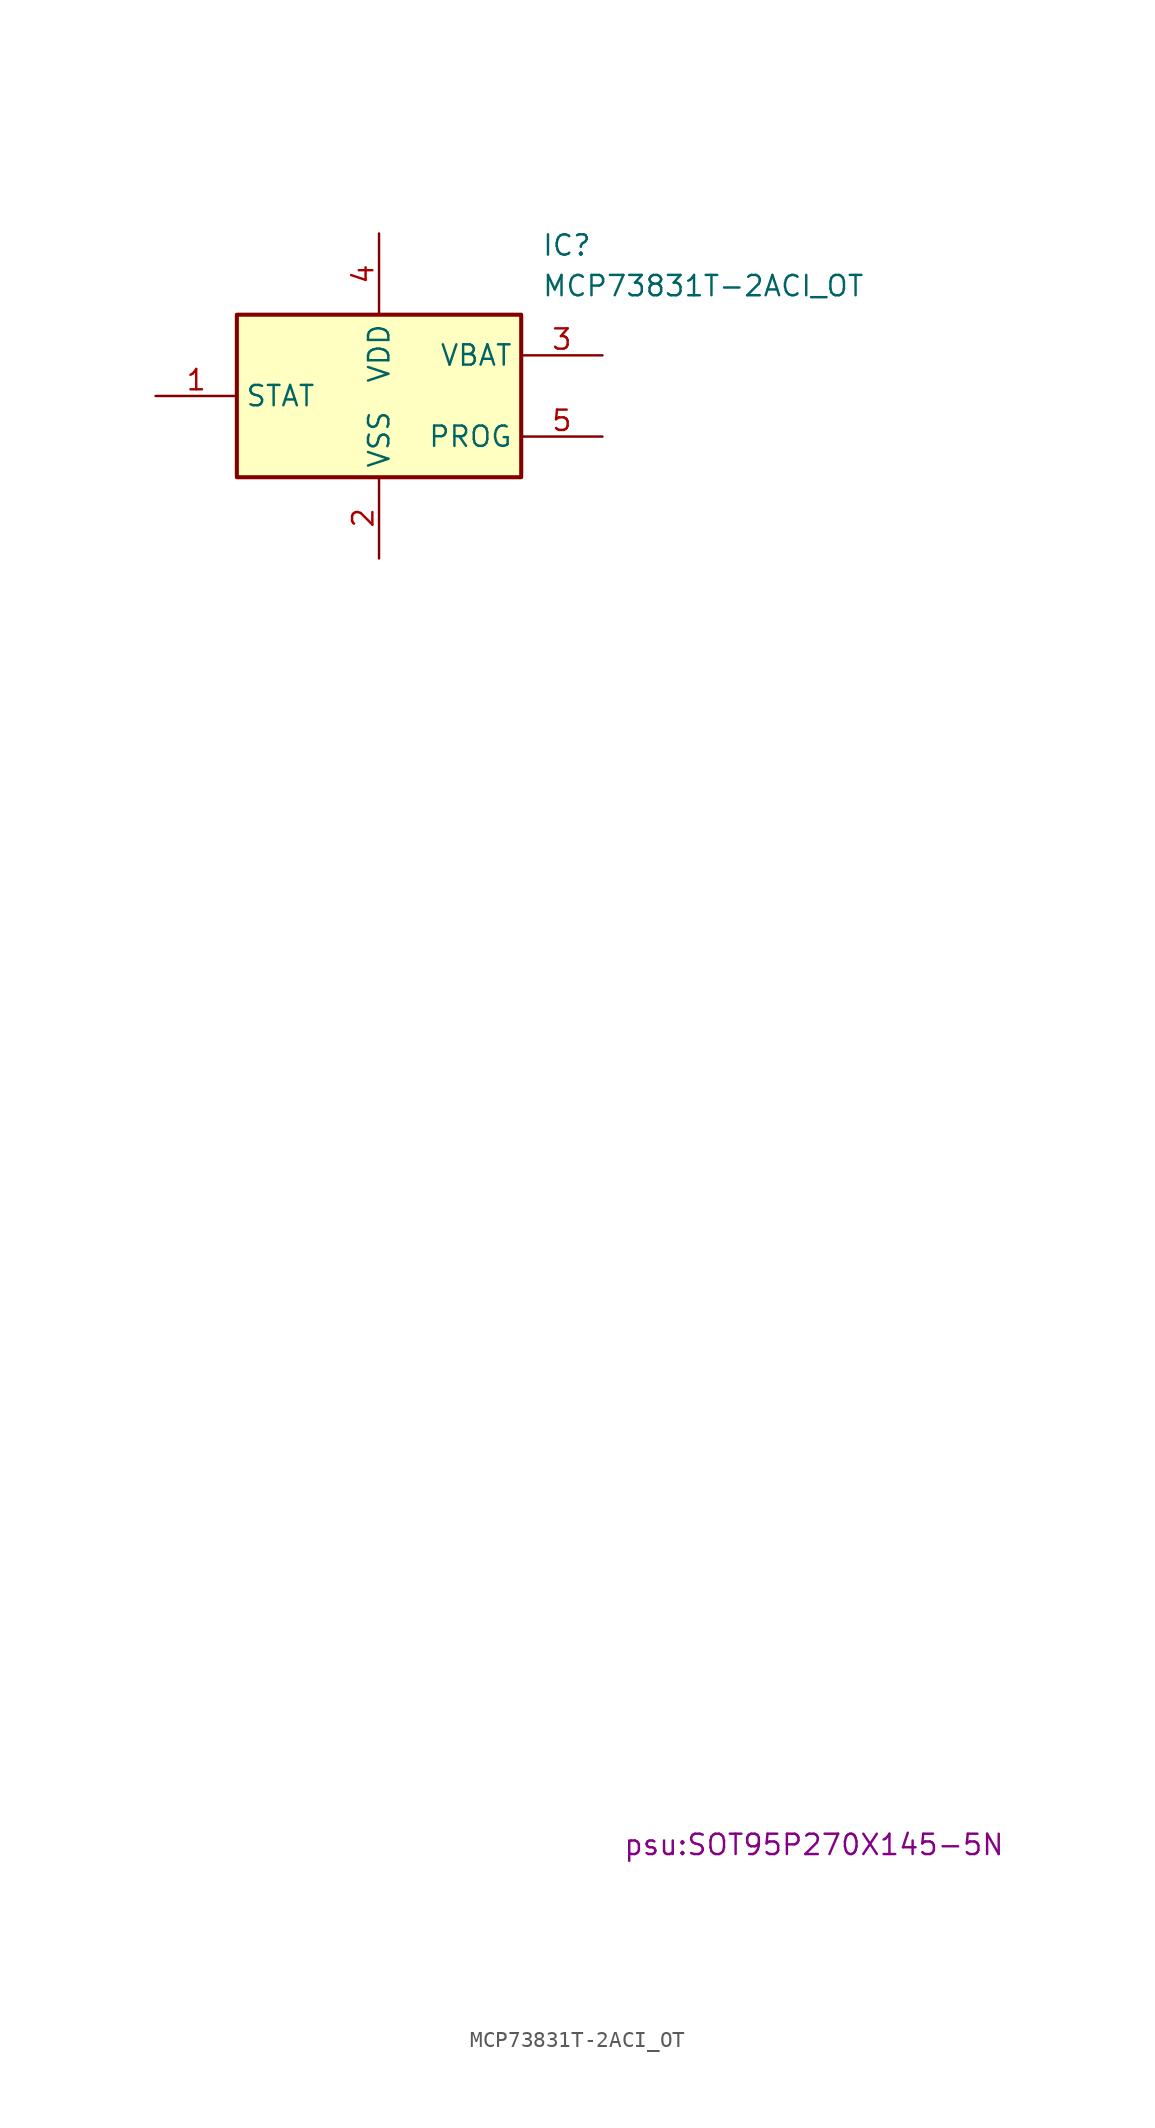
<source format=kicad_sym>
(kicad_symbol_lib
  (version 20241209)
  (generator "kicad_symbol_editor")
  (generator_version "9.0")
  (symbol "MCP73831T-2ACI_OT"
    (property "Reference" "IC"
      (at 19.05 5.08 0)
      (effects (font (size 1.27 1.27)) (justify left top)))
    (property "Value" "MCP73831T-2ACI_OT"
      (at 19.05 2.54 0)
      (effects (font (size 1.27 1.27)) (justify left top)))
    (property "Footprint" "psu:SOT95P270X145-5N"
      (at 24.13 -94.92 0)
      (effects (font (size 1.27 1.27)) (justify left top)))
    (symbol "MCP73831T-2ACI_OT_1_1"
      (rectangle (start 0 0) (end 17.78 -10.16) (stroke (width 0.254) (type default)) (fill (type background)))
      (pin passive line (at -5.08 -5.08 0) (length 5.08) (name "STAT" (effects (font (size 1.27 1.27)))) (number "1" (effects (font (size 1.27 1.27)))))
      (pin passive line (at 8.89 5.08 270) (length 5.08) (name "VDD" (effects (font (size 1.27 1.27)))) (number "4" (effects (font (size 1.27 1.27)))))
      (pin passive line (at 8.89 -15.24 90) (length 5.08) (name "VSS" (effects (font (size 1.27 1.27)))) (number "2" (effects (font (size 1.27 1.27)))))
      (pin passive line (at 22.86 -2.54 180) (length 5.08) (name "VBAT" (effects (font (size 1.27 1.27)))) (number "3" (effects (font (size 1.27 1.27)))))
      (pin passive line (at 22.86 -7.62 180) (length 5.08) (name "PROG" (effects (font (size 1.27 1.27)))) (number "5" (effects (font (size 1.27 1.27))))))))
</source>
